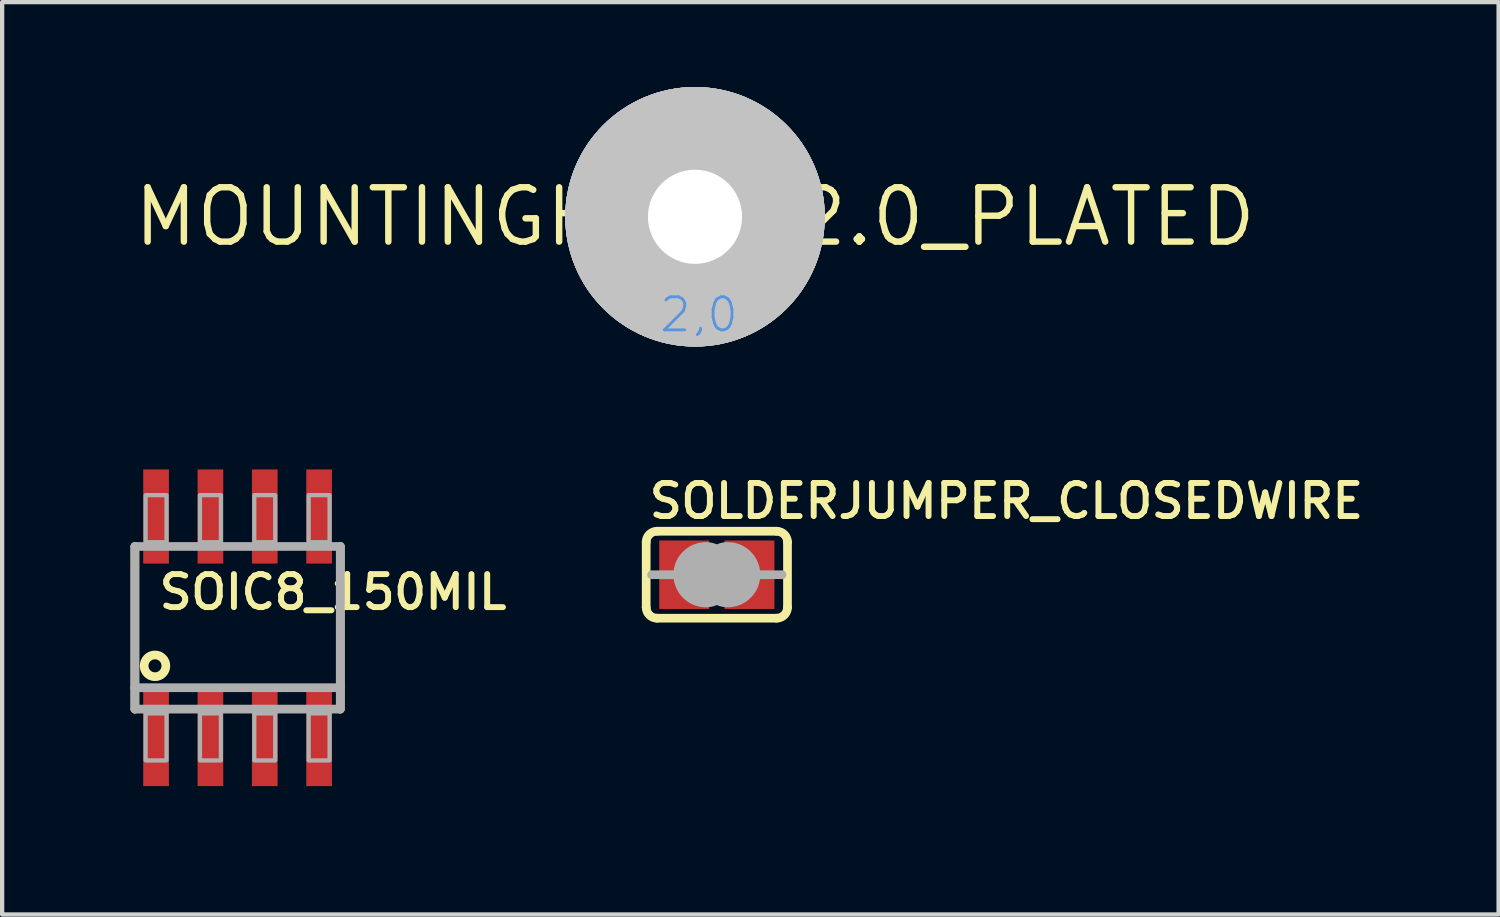
<source format=kicad_pcb>
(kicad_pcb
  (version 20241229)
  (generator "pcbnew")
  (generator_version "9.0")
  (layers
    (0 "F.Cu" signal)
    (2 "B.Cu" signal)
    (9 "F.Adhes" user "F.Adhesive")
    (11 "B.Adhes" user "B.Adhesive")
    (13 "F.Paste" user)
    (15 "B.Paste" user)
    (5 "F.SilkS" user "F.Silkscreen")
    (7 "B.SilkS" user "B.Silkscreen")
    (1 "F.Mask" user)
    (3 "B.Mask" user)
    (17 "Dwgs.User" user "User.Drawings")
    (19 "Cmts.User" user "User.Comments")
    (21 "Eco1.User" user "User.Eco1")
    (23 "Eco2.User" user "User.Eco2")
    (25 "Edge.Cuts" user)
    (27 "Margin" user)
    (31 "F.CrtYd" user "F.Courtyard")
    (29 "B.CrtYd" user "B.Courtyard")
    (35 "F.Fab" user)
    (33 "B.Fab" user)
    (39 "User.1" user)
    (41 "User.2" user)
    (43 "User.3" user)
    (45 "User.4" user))
  (footprint "SOLDERJUMPER_CLOSEDWIRE"
    (layer "F.Cu")
    (at 13.701 10.38)
    (property "Reference" "SOLDERJUMPER_CLOSEDWIRE" (at -1.651 -1.27 180) (layer "F.SilkS") (effects (font (size 0.772 0.772) (thickness 0.139)) (justify left bottom)))
    (attr through_hole)
    (fp_poly (pts (xy -1.27 -0.762) (xy 1.27 -0.762) (xy 1.27 0.762) (xy -1.27 0.762)) (stroke (width 0) (type solid)) (fill yes) (layer "F.Mask"))
    (fp_line (start -1.651 0.762) (end -1.651 -0.762) (stroke (width 0.203) (type solid)) (layer "F.SilkS"))
    (fp_line (start -1.397 -1.016) (end 1.397 -1.016) (stroke (width 0.203) (type solid)) (layer "F.SilkS"))
    (fp_line (start 1.397 1.016) (end -1.397 1.016) (stroke (width 0.203) (type solid)) (layer "F.SilkS"))
    (fp_line (start 1.651 0.762) (end 1.651 -0.762) (stroke (width 0.203) (type solid)) (layer "F.SilkS"))
    (fp_arc (start -1.651 -0.762) (mid -1.576605 -0.941605) (end -1.397 -1.016) (stroke (width 0.2032) (type solid)) (layer "F.SilkS"))
    (fp_arc (start -1.397 1.016) (mid -1.576605 0.941605) (end -1.651 0.762) (stroke (width 0.2032) (type solid)) (layer "F.SilkS"))
    (fp_arc (start 1.397 -1.016) (mid 1.576605 -0.941605) (end 1.651 -0.762) (stroke (width 0.2032) (type solid)) (layer "F.SilkS"))
    (fp_arc (start 1.651 0.762) (mid 1.576605 0.941605) (end 1.397 1.016) (stroke (width 0.2032) (type solid)) (layer "F.SilkS"))
    (fp_line (start -1.016 0) (end -1.524 0) (stroke (width 0.203) (type solid)) (layer "F.Fab"))
    (fp_line (start 1.016 0) (end 1.524 0) (stroke (width 0.203) (type solid)) (layer "F.Fab"))
    (fp_arc (start -0.254 0.127) (mid -0.381 0) (end -0.254 -0.127) (stroke (width 1.27) (type solid)) (layer "F.Fab"))
    (fp_arc (start 0.254 -0.127) (mid 0.381 0) (end 0.254 0.127) (stroke (width 1.27) (type solid)) (layer "F.Fab"))
    (pad "1" smd rect (at -0.762 0) (size 1.168 1.6) (layers "F.Cu" "F.Mask"))
    (pad "2" smd rect (at 0.762 0) (size 1.168 1.6) (layers "F.Cu" "F.Mask"))
    (pad "WIRE" smd rect (at 0 0) (size 0.635 0.203) (layers "F.Cu" "F.Mask")))
  (footprint "SOIC8_150MIL"
    (layer "F.Cu")
    (at 2.502 11.62)
    (property "Reference" "SOIC8_150MIL" (at -1.905 -0.381 0) (layer "F.SilkS") (effects (font (size 0.772 0.772) (thickness 0.139)) (justify left bottom)))
    (attr through_hole)
    (fp_line (start -2.4 1.9) (end -2.4 -1.9) (stroke (width 0.203) (type solid)) (layer "F.SilkS"))
    (fp_line (start 2.4 -1.9) (end 2.4 1.9) (stroke (width 0.203) (type solid)) (layer "F.SilkS"))
    (fp_circle (center -1.93 0.889) (end -1.676 0.889) (stroke (width 0.203) (type solid)) (fill no) (layer "F.SilkS"))
    (fp_line (start -2.4 -1.9) (end 2.4 -1.9) (stroke (width 0.203) (type solid)) (layer "F.Fab"))
    (fp_line (start -2.4 1.4) (end -2.4 -1.9) (stroke (width 0.203) (type solid)) (layer "F.Fab"))
    (fp_line (start -2.4 1.9) (end -2.4 1.4) (stroke (width 0.203) (type solid)) (layer "F.Fab"))
    (fp_line (start 2.4 -1.9) (end 2.4 1.4) (stroke (width 0.203) (type solid)) (layer "F.Fab"))
    (fp_line (start 2.4 1.4) (end -2.4 1.4) (stroke (width 0.203) (type solid)) (layer "F.Fab"))
    (fp_line (start 2.4 1.4) (end 2.4 1.9) (stroke (width 0.203) (type solid)) (layer "F.Fab"))
    (fp_line (start 2.4 1.9) (end -2.4 1.9) (stroke (width 0.203) (type solid)) (layer "F.Fab"))
    (fp_poly (pts (xy -2.15 -2) (xy -1.66 -2) (xy -1.66 -3.1) (xy -2.15 -3.1)) (stroke (width 0.1) (type solid)) (fill no) (layer "F.Fab"))
    (fp_poly (pts (xy -2.15 3.1) (xy -1.66 3.1) (xy -1.66 2) (xy -2.15 2)) (stroke (width 0.1) (type solid)) (fill no) (layer "F.Fab"))
    (fp_poly (pts (xy -0.88 -2) (xy -0.39 -2) (xy -0.39 -3.1) (xy -0.88 -3.1)) (stroke (width 0.1) (type solid)) (fill no) (layer "F.Fab"))
    (fp_poly (pts (xy -0.88 3.1) (xy -0.39 3.1) (xy -0.39 2) (xy -0.88 2)) (stroke (width 0.1) (type solid)) (fill no) (layer "F.Fab"))
    (fp_poly (pts (xy 0.39 -2) (xy 0.88 -2) (xy 0.88 -3.1) (xy 0.39 -3.1)) (stroke (width 0.1) (type solid)) (fill no) (layer "F.Fab"))
    (fp_poly (pts (xy 0.39 3.1) (xy 0.88 3.1) (xy 0.88 2) (xy 0.39 2)) (stroke (width 0.1) (type solid)) (fill no) (layer "F.Fab"))
    (fp_poly (pts (xy 1.66 -2) (xy 2.15 -2) (xy 2.15 -3.1) (xy 1.66 -3.1)) (stroke (width 0.1) (type solid)) (fill no) (layer "F.Fab"))
    (fp_poly (pts (xy 1.66 3.1) (xy 2.15 3.1) (xy 2.15 2) (xy 1.66 2)) (stroke (width 0.1) (type solid)) (fill no) (layer "F.Fab"))
    (pad "1" smd rect (at -1.905 2.6) (size 0.6 2.2) (layers "F.Cu" "F.Mask" "F.Paste"))
    (pad "2" smd rect (at -0.635 2.6) (size 0.6 2.2) (layers "F.Cu" "F.Mask" "F.Paste"))
    (pad "3" smd rect (at 0.635 2.6) (size 0.6 2.2) (layers "F.Cu" "F.Mask" "F.Paste"))
    (pad "4" smd rect (at 1.905 2.6) (size 0.6 2.2) (layers "F.Cu" "F.Mask" "F.Paste"))
    (pad "5" smd rect (at 1.905 -2.6) (size 0.6 2.2) (layers "F.Cu" "F.Mask" "F.Paste"))
    (pad "6" smd rect (at 0.635 -2.6) (size 0.6 2.2) (layers "F.Cu" "F.Mask" "F.Paste"))
    (pad "7" smd rect (at -0.635 -2.6) (size 0.6 2.2) (layers "F.Cu" "F.Mask" "F.Paste"))
    (pad "8" smd rect (at -1.905 -2.6) (size 0.6 2.2) (layers "F.Cu" "F.Mask" "F.Paste")))
  (footprint "MOUNTINGHOLE_2.0_PLATED"
    (layer "F.Cu")
    (at 13.191 2.016)
    (property "Reference" "MOUNTINGHOLE_2.0_PLATED" (at 0 0 0) (layer "F.SilkS") (effects (font (size 1.27 1.27) (thickness 0.15))))
    (attr through_hole)
    (fp_circle (center 0 0) (end 1.8 0) (stroke (width 0.203) (type solid)) (fill no) (layer "F.SilkS"))
    (fp_circle (center 0 0) (end 1 0) (stroke (width 2.032) (type solid)) (fill no) (layer "Dwgs.User"))
    (fp_circle (center 0 0) (end 1 0) (stroke (width 2.032) (type solid)) (fill no) (layer "Dwgs.User"))
    (fp_circle (center 0 0) (end 1 0) (stroke (width 2.032) (type solid)) (fill no) (layer "Dwgs.User"))
    (fp_circle (center 0 0) (end 1 0) (stroke (width 2.032) (type solid)) (fill no) (layer "Dwgs.User"))
    (fp_circle (center 0 0) (end 1 0) (stroke (width 2.032) (type solid)) (fill no) (layer "Dwgs.User"))
    (fp_text user "2,0" (at -0.87 2.74 0) (layer "Cmts.User") (effects (font (size 0.772 0.772) (thickness 0.065)) (justify left bottom)))
    (pad "P$1" thru_hole circle (at 0 0) (size 3 3) (drill 2.2) (layers "*.Cu" "*.Mask")))
  (gr_rect
    (start -3 -3)
    (end 31.969 18.32)
    (stroke (width 0.1) (type default))
    (fill no)
    (layer "Edge.Cuts")))
</source>
